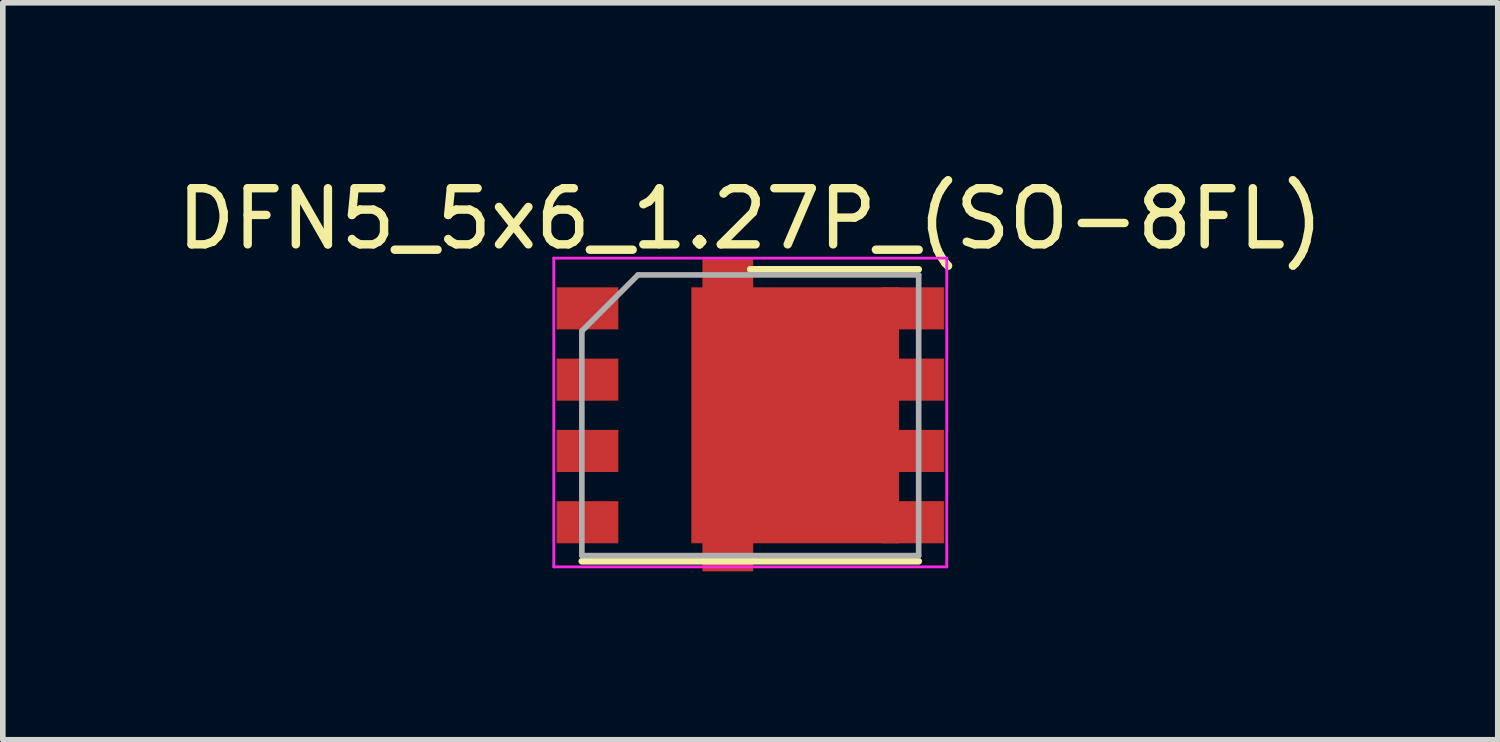
<source format=kicad_pcb>
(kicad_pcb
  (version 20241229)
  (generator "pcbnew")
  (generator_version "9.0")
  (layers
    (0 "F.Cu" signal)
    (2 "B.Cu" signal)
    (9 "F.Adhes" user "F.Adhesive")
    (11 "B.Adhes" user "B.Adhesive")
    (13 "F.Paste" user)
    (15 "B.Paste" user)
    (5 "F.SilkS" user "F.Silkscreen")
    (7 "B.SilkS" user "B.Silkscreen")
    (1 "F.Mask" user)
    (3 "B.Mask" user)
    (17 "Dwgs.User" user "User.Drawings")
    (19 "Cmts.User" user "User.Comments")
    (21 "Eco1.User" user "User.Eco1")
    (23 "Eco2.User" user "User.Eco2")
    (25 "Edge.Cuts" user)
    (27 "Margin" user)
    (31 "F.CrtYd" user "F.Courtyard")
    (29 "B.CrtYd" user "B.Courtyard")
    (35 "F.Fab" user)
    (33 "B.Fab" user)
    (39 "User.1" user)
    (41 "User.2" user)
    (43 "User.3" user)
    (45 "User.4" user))
  (footprint "DFN5_5x6_1.27P_(SO-8FL)"
    (layer "F.Cu")
    (at 10.315 4.348)
    (property "Reference" "DFN5_5x6_1.27P_(SO-8FL)" (at 0 -3.5 0) (layer "F.SilkS") (effects (font (size 1 1) (thickness 0.15))))
    (attr smd)
    (fp_line (start -3 2.6) (end 3 2.6) (stroke (width 0.12) (type solid)) (layer "F.SilkS"))
    (fp_line (start 0 -2.6) (end 3 -2.6) (stroke (width 0.12) (type solid)) (layer "F.SilkS"))
    (fp_line (start -3.5 -2.8) (end 3.5 -2.8) (stroke (width 0.05) (type solid)) (layer "F.CrtYd"))
    (fp_line (start -3.5 2.7) (end -3.5 -2.8) (stroke (width 0.05) (type solid)) (layer "F.CrtYd"))
    (fp_line (start 3.5 -2.8) (end 3.5 2.7) (stroke (width 0.05) (type solid)) (layer "F.CrtYd"))
    (fp_line (start 3.5 2.7) (end -3.5 2.7) (stroke (width 0.05) (type solid)) (layer "F.CrtYd"))
    (fp_line (start -3 2.5) (end -3 -1.5) (stroke (width 0.1) (type solid)) (layer "F.Fab"))
    (fp_line (start -2 -2.5) (end -3 -1.5) (stroke (width 0.1) (type solid)) (layer "F.Fab"))
    (fp_line (start -2 -2.5) (end 3 -2.5) (stroke (width 0.1) (type solid)) (layer "F.Fab"))
    (fp_line (start 3 -2.5) (end 3 2.5) (stroke (width 0.1) (type solid)) (layer "F.Fab"))
    (fp_line (start 3 2.5) (end -3 2.5) (stroke (width 0.1) (type solid)) (layer "F.Fab"))
    (pad "1" smd rect (at -2.9 1.905 270) (size 0.75 1.1) (layers "F.Cu" "F.Mask" "F.Paste"))
    (pad "2" smd rect (at -0.4 0 270) (size 5.56 0.905) (layers "F.Cu" "F.Mask"))
    (pad "2" smd rect (at 0.8 0 270) (size 4.56 3.7) (layers "F.Cu" "F.Mask"))
    (pad "2" smd rect (at 2.9 -1.905 270) (size 0.75 1.1) (layers "F.Cu" "F.Mask" "F.Paste"))
    (pad "2" smd rect (at 2.9 -0.635 270) (size 0.75 1.1) (layers "F.Cu" "F.Mask" "F.Paste"))
    (pad "2" smd rect (at 2.9 0.635 270) (size 0.75 1.1) (layers "F.Cu" "F.Mask" "F.Paste"))
    (pad "2" smd rect (at 2.9 1.905 270) (size 0.75 1.1) (layers "F.Cu" "F.Mask" "F.Paste"))
    (pad "3" smd rect (at -2.9 -1.905 270) (size 0.75 1.1) (layers "F.Cu" "F.Mask" "F.Paste"))
    (pad "3" smd rect (at -2.9 -0.635 270) (size 0.75 1.1) (layers "F.Cu" "F.Mask" "F.Paste"))
    (pad "3" smd rect (at -2.9 0.635 270) (size 0.75 1.1) (layers "F.Cu" "F.Mask" "F.Paste")))
  (gr_rect
    (start -3 -3)
    (end 23.631 10.128)
    (stroke (width 0.1) (type default))
    (fill no)
    (layer "Edge.Cuts")))
</source>
